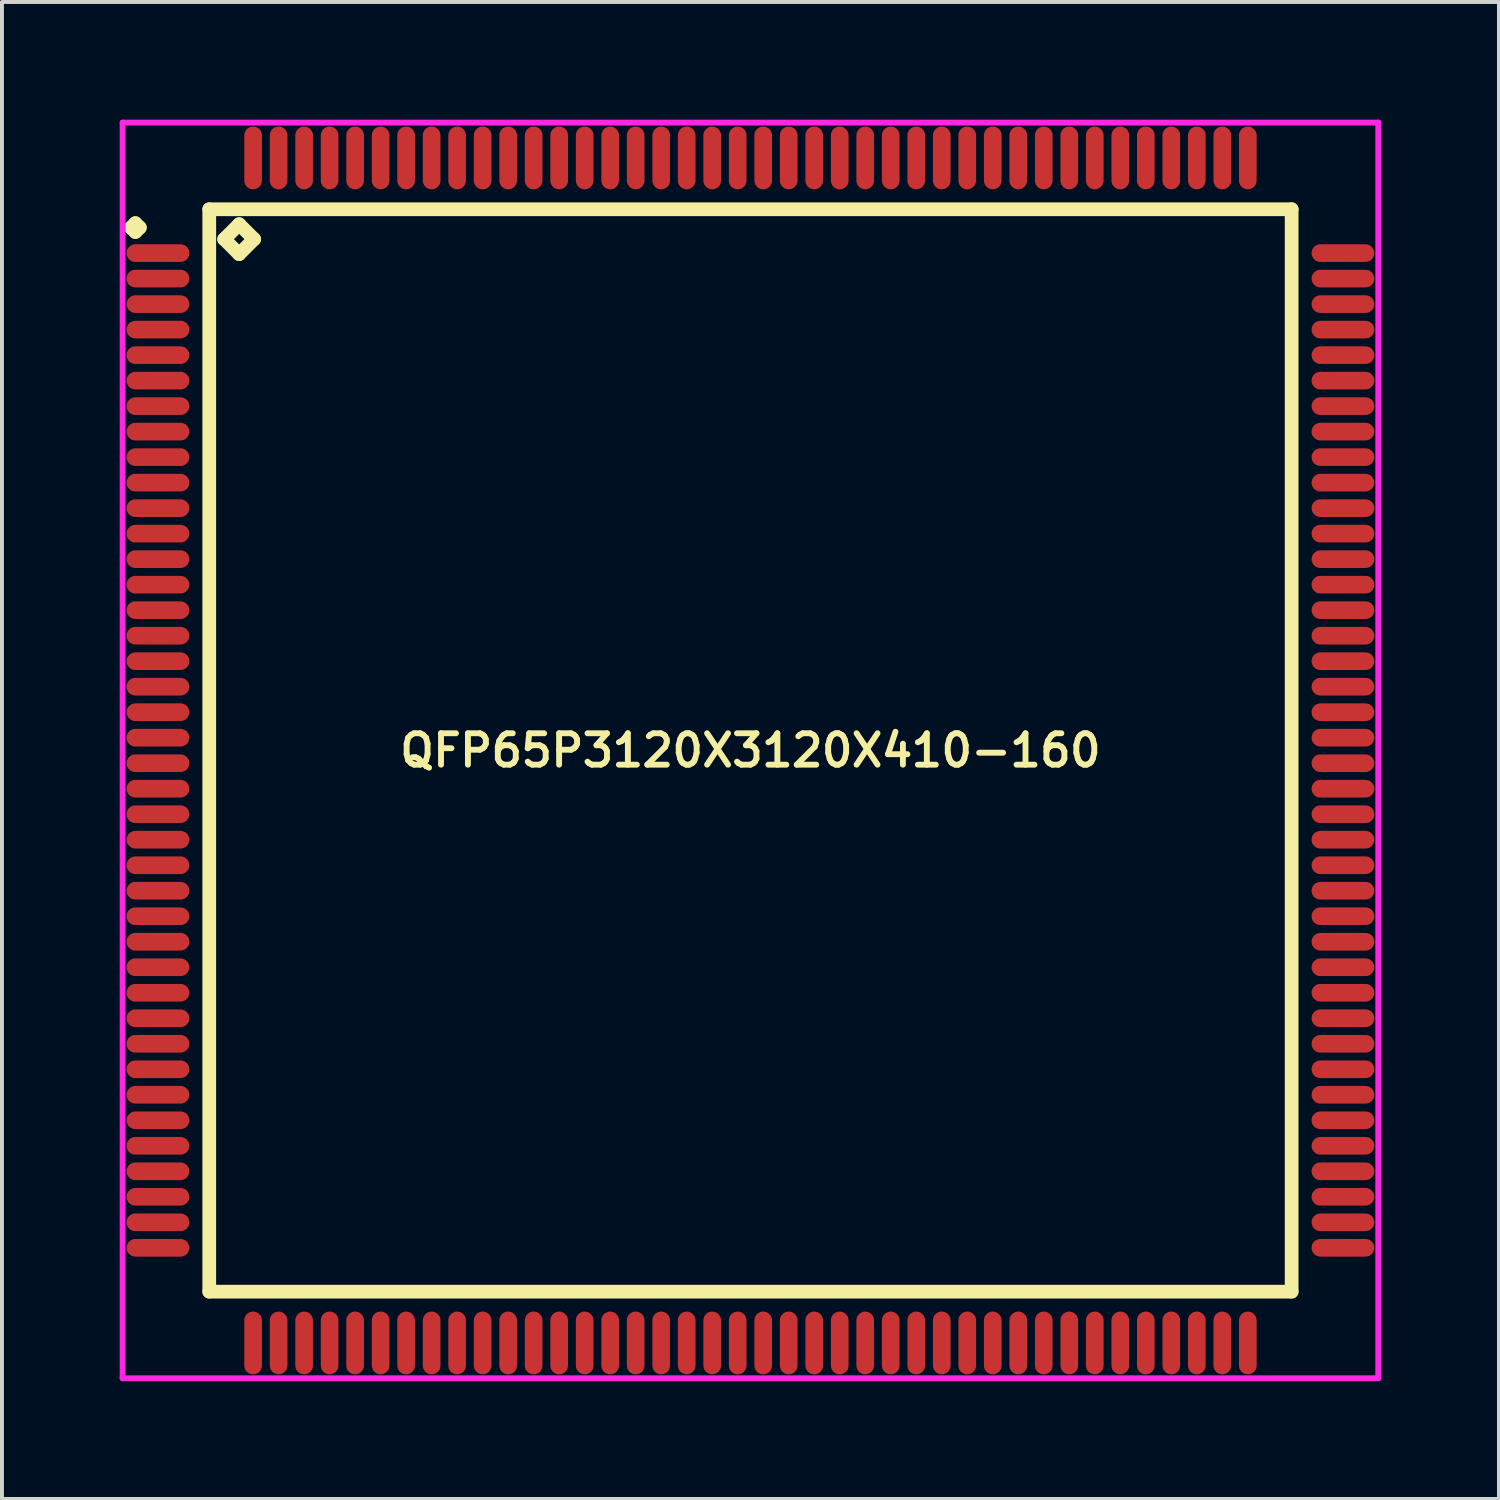
<source format=kicad_pcb>
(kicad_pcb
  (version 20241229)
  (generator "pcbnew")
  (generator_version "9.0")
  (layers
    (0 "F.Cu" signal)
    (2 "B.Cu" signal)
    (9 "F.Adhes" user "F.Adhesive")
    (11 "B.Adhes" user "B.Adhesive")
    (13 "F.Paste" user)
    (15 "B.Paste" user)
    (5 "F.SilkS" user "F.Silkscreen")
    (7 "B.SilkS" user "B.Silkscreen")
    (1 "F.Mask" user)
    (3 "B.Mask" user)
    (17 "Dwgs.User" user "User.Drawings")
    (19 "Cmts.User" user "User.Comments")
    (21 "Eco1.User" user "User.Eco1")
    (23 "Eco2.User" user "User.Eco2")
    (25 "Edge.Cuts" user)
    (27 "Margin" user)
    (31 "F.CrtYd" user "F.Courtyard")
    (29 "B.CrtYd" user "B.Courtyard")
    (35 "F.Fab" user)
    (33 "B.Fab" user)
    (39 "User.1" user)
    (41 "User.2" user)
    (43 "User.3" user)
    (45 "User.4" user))
  (footprint "QFP65P3120X3120X410-160"
    (layer "F.Cu")
    (at 16.075 16.075)
    (property "Reference" "QFP65P3120X3120X410-160" (at 0 0 0) (layer "F.SilkS") (effects (font (size 0.8 0.8) (thickness 0.15))))
    (attr smd)
    (fp_line (start -15.787 -13.325) (end -15.675 -13.438) (stroke (width 0.35) (type solid)) (layer "F.SilkS"))
    (fp_line (start -15.675 -13.438) (end -15.562 -13.325) (stroke (width 0.35) (type solid)) (layer "F.SilkS"))
    (fp_line (start -15.675 -13.213) (end -15.787 -13.325) (stroke (width 0.35) (type solid)) (layer "F.SilkS"))
    (fp_line (start -15.562 -13.325) (end -15.675 -13.213) (stroke (width 0.35) (type solid)) (layer "F.SilkS"))
    (fp_line (start -13.792 -13.792) (end -13.792 13.792) (stroke (width 0.35) (type solid)) (layer "F.SilkS"))
    (fp_line (start -13.792 13.792) (end 13.792 13.792) (stroke (width 0.35) (type solid)) (layer "F.SilkS"))
    (fp_line (start -13.411 -13.03) (end -13.03 -13.411) (stroke (width 0.35) (type solid)) (layer "F.SilkS"))
    (fp_line (start -13.03 -13.411) (end -12.649 -13.03) (stroke (width 0.35) (type solid)) (layer "F.SilkS"))
    (fp_line (start -13.03 -12.649) (end -13.411 -13.03) (stroke (width 0.35) (type solid)) (layer "F.SilkS"))
    (fp_line (start -12.649 -13.03) (end -13.03 -12.649) (stroke (width 0.35) (type solid)) (layer "F.SilkS"))
    (fp_line (start 13.792 -13.792) (end -13.792 -13.792) (stroke (width 0.35) (type solid)) (layer "F.SilkS"))
    (fp_line (start 13.792 13.792) (end 13.792 -13.792) (stroke (width 0.35) (type solid)) (layer "F.SilkS"))
    (fp_line (start -16 -16) (end 16 -16) (stroke (width 0.15) (type solid)) (layer "F.CrtYd"))
    (fp_line (start -16 16) (end -16 -16) (stroke (width 0.15) (type solid)) (layer "F.CrtYd"))
    (fp_line (start 16 -16) (end 16 16) (stroke (width 0.15) (type solid)) (layer "F.CrtYd"))
    (fp_line (start 16 16) (end -16 16) (stroke (width 0.15) (type solid)) (layer "F.CrtYd"))
    (pad "1" smd oval (at -15.1 -12.675) (size 1.6 0.45) (layers "F.Cu" "F.Mask" "F.Paste"))
    (pad "2" smd oval (at -15.1 -12.025) (size 1.6 0.45) (layers "F.Cu" "F.Mask" "F.Paste"))
    (pad "3" smd oval (at -15.1 -11.375) (size 1.6 0.45) (layers "F.Cu" "F.Mask" "F.Paste"))
    (pad "4" smd oval (at -15.1 -10.725) (size 1.6 0.45) (layers "F.Cu" "F.Mask" "F.Paste"))
    (pad "5" smd oval (at -15.1 -10.075) (size 1.6 0.45) (layers "F.Cu" "F.Mask" "F.Paste"))
    (pad "6" smd oval (at -15.1 -9.425) (size 1.6 0.45) (layers "F.Cu" "F.Mask" "F.Paste"))
    (pad "7" smd oval (at -15.1 -8.775) (size 1.6 0.45) (layers "F.Cu" "F.Mask" "F.Paste"))
    (pad "8" smd oval (at -15.1 -8.125) (size 1.6 0.45) (layers "F.Cu" "F.Mask" "F.Paste"))
    (pad "9" smd oval (at -15.1 -7.475) (size 1.6 0.45) (layers "F.Cu" "F.Mask" "F.Paste"))
    (pad "10" smd oval (at -15.1 -6.825) (size 1.6 0.45) (layers "F.Cu" "F.Mask" "F.Paste"))
    (pad "11" smd oval (at -15.1 -6.175) (size 1.6 0.45) (layers "F.Cu" "F.Mask" "F.Paste"))
    (pad "12" smd oval (at -15.1 -5.525) (size 1.6 0.45) (layers "F.Cu" "F.Mask" "F.Paste"))
    (pad "13" smd oval (at -15.1 -4.875) (size 1.6 0.45) (layers "F.Cu" "F.Mask" "F.Paste"))
    (pad "14" smd oval (at -15.1 -4.225) (size 1.6 0.45) (layers "F.Cu" "F.Mask" "F.Paste"))
    (pad "15" smd oval (at -15.1 -3.575) (size 1.6 0.45) (layers "F.Cu" "F.Mask" "F.Paste"))
    (pad "16" smd oval (at -15.1 -2.925) (size 1.6 0.45) (layers "F.Cu" "F.Mask" "F.Paste"))
    (pad "17" smd oval (at -15.1 -2.275) (size 1.6 0.45) (layers "F.Cu" "F.Mask" "F.Paste"))
    (pad "18" smd oval (at -15.1 -1.625) (size 1.6 0.45) (layers "F.Cu" "F.Mask" "F.Paste"))
    (pad "19" smd oval (at -15.1 -0.975) (size 1.6 0.45) (layers "F.Cu" "F.Mask" "F.Paste"))
    (pad "20" smd oval (at -15.1 -0.325) (size 1.6 0.45) (layers "F.Cu" "F.Mask" "F.Paste"))
    (pad "21" smd oval (at -15.1 0.325) (size 1.6 0.45) (layers "F.Cu" "F.Mask" "F.Paste"))
    (pad "22" smd oval (at -15.1 0.975) (size 1.6 0.45) (layers "F.Cu" "F.Mask" "F.Paste"))
    (pad "23" smd oval (at -15.1 1.625) (size 1.6 0.45) (layers "F.Cu" "F.Mask" "F.Paste"))
    (pad "24" smd oval (at -15.1 2.275) (size 1.6 0.45) (layers "F.Cu" "F.Mask" "F.Paste"))
    (pad "25" smd oval (at -15.1 2.925) (size 1.6 0.45) (layers "F.Cu" "F.Mask" "F.Paste"))
    (pad "26" smd oval (at -15.1 3.575) (size 1.6 0.45) (layers "F.Cu" "F.Mask" "F.Paste"))
    (pad "27" smd oval (at -15.1 4.225) (size 1.6 0.45) (layers "F.Cu" "F.Mask" "F.Paste"))
    (pad "28" smd oval (at -15.1 4.875) (size 1.6 0.45) (layers "F.Cu" "F.Mask" "F.Paste"))
    (pad "29" smd oval (at -15.1 5.525) (size 1.6 0.45) (layers "F.Cu" "F.Mask" "F.Paste"))
    (pad "30" smd oval (at -15.1 6.175) (size 1.6 0.45) (layers "F.Cu" "F.Mask" "F.Paste"))
    (pad "31" smd oval (at -15.1 6.825) (size 1.6 0.45) (layers "F.Cu" "F.Mask" "F.Paste"))
    (pad "32" smd oval (at -15.1 7.475) (size 1.6 0.45) (layers "F.Cu" "F.Mask" "F.Paste"))
    (pad "33" smd oval (at -15.1 8.125) (size 1.6 0.45) (layers "F.Cu" "F.Mask" "F.Paste"))
    (pad "34" smd oval (at -15.1 8.775) (size 1.6 0.45) (layers "F.Cu" "F.Mask" "F.Paste"))
    (pad "35" smd oval (at -15.1 9.425) (size 1.6 0.45) (layers "F.Cu" "F.Mask" "F.Paste"))
    (pad "36" smd oval (at -15.1 10.075) (size 1.6 0.45) (layers "F.Cu" "F.Mask" "F.Paste"))
    (pad "37" smd oval (at -15.1 10.725) (size 1.6 0.45) (layers "F.Cu" "F.Mask" "F.Paste"))
    (pad "38" smd oval (at -15.1 11.375) (size 1.6 0.45) (layers "F.Cu" "F.Mask" "F.Paste"))
    (pad "39" smd oval (at -15.1 12.025) (size 1.6 0.45) (layers "F.Cu" "F.Mask" "F.Paste"))
    (pad "40" smd oval (at -15.1 12.675) (size 1.6 0.45) (layers "F.Cu" "F.Mask" "F.Paste"))
    (pad "41" smd oval (at -12.675 15.1) (size 0.45 1.6) (layers "F.Cu" "F.Mask" "F.Paste"))
    (pad "42" smd oval (at -12.025 15.1) (size 0.45 1.6) (layers "F.Cu" "F.Mask" "F.Paste"))
    (pad "43" smd oval (at -11.375 15.1) (size 0.45 1.6) (layers "F.Cu" "F.Mask" "F.Paste"))
    (pad "44" smd oval (at -10.725 15.1) (size 0.45 1.6) (layers "F.Cu" "F.Mask" "F.Paste"))
    (pad "45" smd oval (at -10.075 15.1) (size 0.45 1.6) (layers "F.Cu" "F.Mask" "F.Paste"))
    (pad "46" smd oval (at -9.425 15.1) (size 0.45 1.6) (layers "F.Cu" "F.Mask" "F.Paste"))
    (pad "47" smd oval (at -8.775 15.1) (size 0.45 1.6) (layers "F.Cu" "F.Mask" "F.Paste"))
    (pad "48" smd oval (at -8.125 15.1) (size 0.45 1.6) (layers "F.Cu" "F.Mask" "F.Paste"))
    (pad "49" smd oval (at -7.475 15.1) (size 0.45 1.6) (layers "F.Cu" "F.Mask" "F.Paste"))
    (pad "50" smd oval (at -6.825 15.1) (size 0.45 1.6) (layers "F.Cu" "F.Mask" "F.Paste"))
    (pad "51" smd oval (at -6.175 15.1) (size 0.45 1.6) (layers "F.Cu" "F.Mask" "F.Paste"))
    (pad "52" smd oval (at -5.525 15.1) (size 0.45 1.6) (layers "F.Cu" "F.Mask" "F.Paste"))
    (pad "53" smd oval (at -4.875 15.1) (size 0.45 1.6) (layers "F.Cu" "F.Mask" "F.Paste"))
    (pad "54" smd oval (at -4.225 15.1) (size 0.45 1.6) (layers "F.Cu" "F.Mask" "F.Paste"))
    (pad "55" smd oval (at -3.575 15.1) (size 0.45 1.6) (layers "F.Cu" "F.Mask" "F.Paste"))
    (pad "56" smd oval (at -2.925 15.1) (size 0.45 1.6) (layers "F.Cu" "F.Mask" "F.Paste"))
    (pad "57" smd oval (at -2.275 15.1) (size 0.45 1.6) (layers "F.Cu" "F.Mask" "F.Paste"))
    (pad "58" smd oval (at -1.625 15.1) (size 0.45 1.6) (layers "F.Cu" "F.Mask" "F.Paste"))
    (pad "59" smd oval (at -0.975 15.1) (size 0.45 1.6) (layers "F.Cu" "F.Mask" "F.Paste"))
    (pad "60" smd oval (at -0.325 15.1) (size 0.45 1.6) (layers "F.Cu" "F.Mask" "F.Paste"))
    (pad "61" smd oval (at 0.325 15.1) (size 0.45 1.6) (layers "F.Cu" "F.Mask" "F.Paste"))
    (pad "62" smd oval (at 0.975 15.1) (size 0.45 1.6) (layers "F.Cu" "F.Mask" "F.Paste"))
    (pad "63" smd oval (at 1.625 15.1) (size 0.45 1.6) (layers "F.Cu" "F.Mask" "F.Paste"))
    (pad "64" smd oval (at 2.275 15.1) (size 0.45 1.6) (layers "F.Cu" "F.Mask" "F.Paste"))
    (pad "65" smd oval (at 2.925 15.1) (size 0.45 1.6) (layers "F.Cu" "F.Mask" "F.Paste"))
    (pad "66" smd oval (at 3.575 15.1) (size 0.45 1.6) (layers "F.Cu" "F.Mask" "F.Paste"))
    (pad "67" smd oval (at 4.225 15.1) (size 0.45 1.6) (layers "F.Cu" "F.Mask" "F.Paste"))
    (pad "68" smd oval (at 4.875 15.1) (size 0.45 1.6) (layers "F.Cu" "F.Mask" "F.Paste"))
    (pad "69" smd oval (at 5.525 15.1) (size 0.45 1.6) (layers "F.Cu" "F.Mask" "F.Paste"))
    (pad "70" smd oval (at 6.175 15.1) (size 0.45 1.6) (layers "F.Cu" "F.Mask" "F.Paste"))
    (pad "71" smd oval (at 6.825 15.1) (size 0.45 1.6) (layers "F.Cu" "F.Mask" "F.Paste"))
    (pad "72" smd oval (at 7.475 15.1) (size 0.45 1.6) (layers "F.Cu" "F.Mask" "F.Paste"))
    (pad "73" smd oval (at 8.125 15.1) (size 0.45 1.6) (layers "F.Cu" "F.Mask" "F.Paste"))
    (pad "74" smd oval (at 8.775 15.1) (size 0.45 1.6) (layers "F.Cu" "F.Mask" "F.Paste"))
    (pad "75" smd oval (at 9.425 15.1) (size 0.45 1.6) (layers "F.Cu" "F.Mask" "F.Paste"))
    (pad "76" smd oval (at 10.075 15.1) (size 0.45 1.6) (layers "F.Cu" "F.Mask" "F.Paste"))
    (pad "77" smd oval (at 10.725 15.1) (size 0.45 1.6) (layers "F.Cu" "F.Mask" "F.Paste"))
    (pad "78" smd oval (at 11.375 15.1) (size 0.45 1.6) (layers "F.Cu" "F.Mask" "F.Paste"))
    (pad "79" smd oval (at 12.025 15.1) (size 0.45 1.6) (layers "F.Cu" "F.Mask" "F.Paste"))
    (pad "80" smd oval (at 12.675 15.1) (size 0.45 1.6) (layers "F.Cu" "F.Mask" "F.Paste"))
    (pad "81" smd oval (at 15.1 12.675) (size 1.6 0.45) (layers "F.Cu" "F.Mask" "F.Paste"))
    (pad "82" smd oval (at 15.1 12.025) (size 1.6 0.45) (layers "F.Cu" "F.Mask" "F.Paste"))
    (pad "83" smd oval (at 15.1 11.375) (size 1.6 0.45) (layers "F.Cu" "F.Mask" "F.Paste"))
    (pad "84" smd oval (at 15.1 10.725) (size 1.6 0.45) (layers "F.Cu" "F.Mask" "F.Paste"))
    (pad "85" smd oval (at 15.1 10.075) (size 1.6 0.45) (layers "F.Cu" "F.Mask" "F.Paste"))
    (pad "86" smd oval (at 15.1 9.425) (size 1.6 0.45) (layers "F.Cu" "F.Mask" "F.Paste"))
    (pad "87" smd oval (at 15.1 8.775) (size 1.6 0.45) (layers "F.Cu" "F.Mask" "F.Paste"))
    (pad "88" smd oval (at 15.1 8.125) (size 1.6 0.45) (layers "F.Cu" "F.Mask" "F.Paste"))
    (pad "89" smd oval (at 15.1 7.475) (size 1.6 0.45) (layers "F.Cu" "F.Mask" "F.Paste"))
    (pad "90" smd oval (at 15.1 6.825) (size 1.6 0.45) (layers "F.Cu" "F.Mask" "F.Paste"))
    (pad "91" smd oval (at 15.1 6.175) (size 1.6 0.45) (layers "F.Cu" "F.Mask" "F.Paste"))
    (pad "92" smd oval (at 15.1 5.525) (size 1.6 0.45) (layers "F.Cu" "F.Mask" "F.Paste"))
    (pad "93" smd oval (at 15.1 4.875) (size 1.6 0.45) (layers "F.Cu" "F.Mask" "F.Paste"))
    (pad "94" smd oval (at 15.1 4.225) (size 1.6 0.45) (layers "F.Cu" "F.Mask" "F.Paste"))
    (pad "95" smd oval (at 15.1 3.575) (size 1.6 0.45) (layers "F.Cu" "F.Mask" "F.Paste"))
    (pad "96" smd oval (at 15.1 2.925) (size 1.6 0.45) (layers "F.Cu" "F.Mask" "F.Paste"))
    (pad "97" smd oval (at 15.1 2.275) (size 1.6 0.45) (layers "F.Cu" "F.Mask" "F.Paste"))
    (pad "98" smd oval (at 15.1 1.625) (size 1.6 0.45) (layers "F.Cu" "F.Mask" "F.Paste"))
    (pad "99" smd oval (at 15.1 0.975) (size 1.6 0.45) (layers "F.Cu" "F.Mask" "F.Paste"))
    (pad "100" smd oval (at 15.1 0.325) (size 1.6 0.45) (layers "F.Cu" "F.Mask" "F.Paste"))
    (pad "101" smd oval (at 15.1 -0.325) (size 1.6 0.45) (layers "F.Cu" "F.Mask" "F.Paste"))
    (pad "102" smd oval (at 15.1 -0.975) (size 1.6 0.45) (layers "F.Cu" "F.Mask" "F.Paste"))
    (pad "103" smd oval (at 15.1 -1.625) (size 1.6 0.45) (layers "F.Cu" "F.Mask" "F.Paste"))
    (pad "104" smd oval (at 15.1 -2.275) (size 1.6 0.45) (layers "F.Cu" "F.Mask" "F.Paste"))
    (pad "105" smd oval (at 15.1 -2.925) (size 1.6 0.45) (layers "F.Cu" "F.Mask" "F.Paste"))
    (pad "106" smd oval (at 15.1 -3.575) (size 1.6 0.45) (layers "F.Cu" "F.Mask" "F.Paste"))
    (pad "107" smd oval (at 15.1 -4.225) (size 1.6 0.45) (layers "F.Cu" "F.Mask" "F.Paste"))
    (pad "108" smd oval (at 15.1 -4.875) (size 1.6 0.45) (layers "F.Cu" "F.Mask" "F.Paste"))
    (pad "109" smd oval (at 15.1 -5.525) (size 1.6 0.45) (layers "F.Cu" "F.Mask" "F.Paste"))
    (pad "110" smd oval (at 15.1 -6.175) (size 1.6 0.45) (layers "F.Cu" "F.Mask" "F.Paste"))
    (pad "111" smd oval (at 15.1 -6.825) (size 1.6 0.45) (layers "F.Cu" "F.Mask" "F.Paste"))
    (pad "112" smd oval (at 15.1 -7.475) (size 1.6 0.45) (layers "F.Cu" "F.Mask" "F.Paste"))
    (pad "113" smd oval (at 15.1 -8.125) (size 1.6 0.45) (layers "F.Cu" "F.Mask" "F.Paste"))
    (pad "114" smd oval (at 15.1 -8.775) (size 1.6 0.45) (layers "F.Cu" "F.Mask" "F.Paste"))
    (pad "115" smd oval (at 15.1 -9.425) (size 1.6 0.45) (layers "F.Cu" "F.Mask" "F.Paste"))
    (pad "116" smd oval (at 15.1 -10.075) (size 1.6 0.45) (layers "F.Cu" "F.Mask" "F.Paste"))
    (pad "117" smd oval (at 15.1 -10.725) (size 1.6 0.45) (layers "F.Cu" "F.Mask" "F.Paste"))
    (pad "118" smd oval (at 15.1 -11.375) (size 1.6 0.45) (layers "F.Cu" "F.Mask" "F.Paste"))
    (pad "119" smd oval (at 15.1 -12.025) (size 1.6 0.45) (layers "F.Cu" "F.Mask" "F.Paste"))
    (pad "120" smd oval (at 15.1 -12.675) (size 1.6 0.45) (layers "F.Cu" "F.Mask" "F.Paste"))
    (pad "121" smd oval (at 12.675 -15.1) (size 0.45 1.6) (layers "F.Cu" "F.Mask" "F.Paste"))
    (pad "122" smd oval (at 12.025 -15.1) (size 0.45 1.6) (layers "F.Cu" "F.Mask" "F.Paste"))
    (pad "123" smd oval (at 11.375 -15.1) (size 0.45 1.6) (layers "F.Cu" "F.Mask" "F.Paste"))
    (pad "124" smd oval (at 10.725 -15.1) (size 0.45 1.6) (layers "F.Cu" "F.Mask" "F.Paste"))
    (pad "125" smd oval (at 10.075 -15.1) (size 0.45 1.6) (layers "F.Cu" "F.Mask" "F.Paste"))
    (pad "126" smd oval (at 9.425 -15.1) (size 0.45 1.6) (layers "F.Cu" "F.Mask" "F.Paste"))
    (pad "127" smd oval (at 8.775 -15.1) (size 0.45 1.6) (layers "F.Cu" "F.Mask" "F.Paste"))
    (pad "128" smd oval (at 8.125 -15.1) (size 0.45 1.6) (layers "F.Cu" "F.Mask" "F.Paste"))
    (pad "129" smd oval (at 7.475 -15.1) (size 0.45 1.6) (layers "F.Cu" "F.Mask" "F.Paste"))
    (pad "130" smd oval (at 6.825 -15.1) (size 0.45 1.6) (layers "F.Cu" "F.Mask" "F.Paste"))
    (pad "131" smd oval (at 6.175 -15.1) (size 0.45 1.6) (layers "F.Cu" "F.Mask" "F.Paste"))
    (pad "132" smd oval (at 5.525 -15.1) (size 0.45 1.6) (layers "F.Cu" "F.Mask" "F.Paste"))
    (pad "133" smd oval (at 4.875 -15.1) (size 0.45 1.6) (layers "F.Cu" "F.Mask" "F.Paste"))
    (pad "134" smd oval (at 4.225 -15.1) (size 0.45 1.6) (layers "F.Cu" "F.Mask" "F.Paste"))
    (pad "135" smd oval (at 3.575 -15.1) (size 0.45 1.6) (layers "F.Cu" "F.Mask" "F.Paste"))
    (pad "136" smd oval (at 2.925 -15.1) (size 0.45 1.6) (layers "F.Cu" "F.Mask" "F.Paste"))
    (pad "137" smd oval (at 2.275 -15.1) (size 0.45 1.6) (layers "F.Cu" "F.Mask" "F.Paste"))
    (pad "138" smd oval (at 1.625 -15.1) (size 0.45 1.6) (layers "F.Cu" "F.Mask" "F.Paste"))
    (pad "139" smd oval (at 0.975 -15.1) (size 0.45 1.6) (layers "F.Cu" "F.Mask" "F.Paste"))
    (pad "140" smd oval (at 0.325 -15.1) (size 0.45 1.6) (layers "F.Cu" "F.Mask" "F.Paste"))
    (pad "141" smd oval (at -0.325 -15.1) (size 0.45 1.6) (layers "F.Cu" "F.Mask" "F.Paste"))
    (pad "142" smd oval (at -0.975 -15.1) (size 0.45 1.6) (layers "F.Cu" "F.Mask" "F.Paste"))
    (pad "143" smd oval (at -1.625 -15.1) (size 0.45 1.6) (layers "F.Cu" "F.Mask" "F.Paste"))
    (pad "144" smd oval (at -2.275 -15.1) (size 0.45 1.6) (layers "F.Cu" "F.Mask" "F.Paste"))
    (pad "145" smd oval (at -2.925 -15.1) (size 0.45 1.6) (layers "F.Cu" "F.Mask" "F.Paste"))
    (pad "146" smd oval (at -3.575 -15.1) (size 0.45 1.6) (layers "F.Cu" "F.Mask" "F.Paste"))
    (pad "147" smd oval (at -4.225 -15.1) (size 0.45 1.6) (layers "F.Cu" "F.Mask" "F.Paste"))
    (pad "148" smd oval (at -4.875 -15.1) (size 0.45 1.6) (layers "F.Cu" "F.Mask" "F.Paste"))
    (pad "149" smd oval (at -5.525 -15.1) (size 0.45 1.6) (layers "F.Cu" "F.Mask" "F.Paste"))
    (pad "150" smd oval (at -6.175 -15.1) (size 0.45 1.6) (layers "F.Cu" "F.Mask" "F.Paste"))
    (pad "151" smd oval (at -6.825 -15.1) (size 0.45 1.6) (layers "F.Cu" "F.Mask" "F.Paste"))
    (pad "152" smd oval (at -7.475 -15.1) (size 0.45 1.6) (layers "F.Cu" "F.Mask" "F.Paste"))
    (pad "153" smd oval (at -8.125 -15.1) (size 0.45 1.6) (layers "F.Cu" "F.Mask" "F.Paste"))
    (pad "154" smd oval (at -8.775 -15.1) (size 0.45 1.6) (layers "F.Cu" "F.Mask" "F.Paste"))
    (pad "155" smd oval (at -9.425 -15.1) (size 0.45 1.6) (layers "F.Cu" "F.Mask" "F.Paste"))
    (pad "156" smd oval (at -10.075 -15.1) (size 0.45 1.6) (layers "F.Cu" "F.Mask" "F.Paste"))
    (pad "157" smd oval (at -10.725 -15.1) (size 0.45 1.6) (layers "F.Cu" "F.Mask" "F.Paste"))
    (pad "158" smd oval (at -11.375 -15.1) (size 0.45 1.6) (layers "F.Cu" "F.Mask" "F.Paste"))
    (pad "159" smd oval (at -12.025 -15.1) (size 0.45 1.6) (layers "F.Cu" "F.Mask" "F.Paste"))
    (pad "160" smd oval (at -12.675 -15.1) (size 0.45 1.6) (layers "F.Cu" "F.Mask" "F.Paste")))
  (gr_rect
    (start -3 -3)
    (end 35.15 35.15)
    (stroke (width 0.1) (type default))
    (fill no)
    (layer "Edge.Cuts")))
</source>
